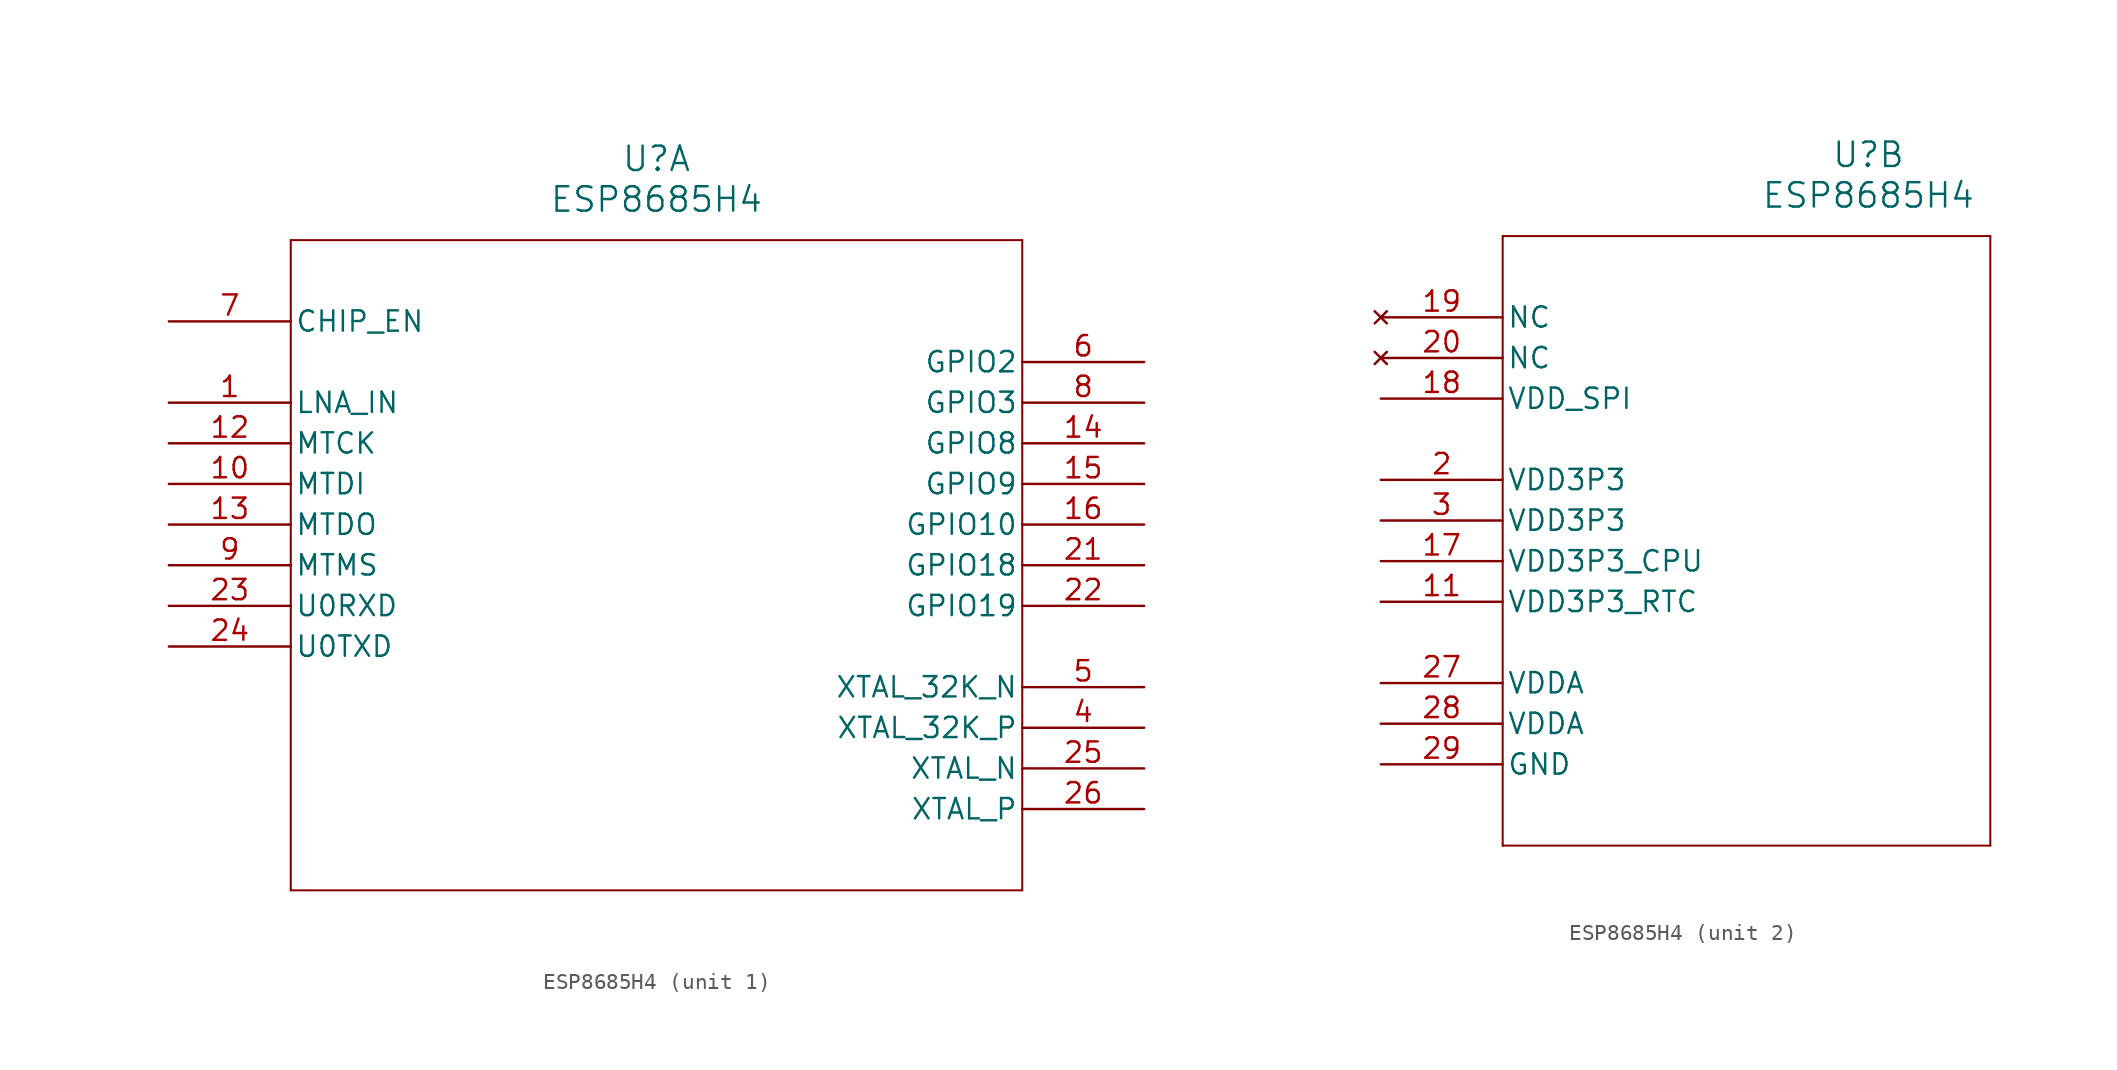
<source format=kicad_sym>
(kicad_symbol_lib
  (version 20211014)
  (generator kicad_symbol_editor)
  (symbol "ESP8685H4"
    (pin_names
      (offset 0.254))
    (property "Reference" "U"
      (at 30.48 10.16 0)
      (effects (font (size 1.524 1.524))))
    (property "Value" "ESP8685H4"
      (at 30.48 7.62 0)
      (effects (font (size 1.524 1.524))))
    (symbol "ESP8685H4_1_1"
      (polyline (pts (xy 7.62 5.08) (xy 7.62 -35.56)) (stroke (width 0.127) (type default) (color 0 0 0 0)) (fill (type none)))
      (polyline (pts (xy 7.62 -35.56) (xy 53.34 -35.56)) (stroke (width 0.127) (type default) (color 0 0 0 0)) (fill (type none)))
      (polyline (pts (xy 53.34 -35.56) (xy 53.34 5.08)) (stroke (width 0.127) (type default) (color 0 0 0 0)) (fill (type none)))
      (polyline (pts (xy 53.34 5.08) (xy 7.62 5.08)) (stroke (width 0.127) (type default) (color 0 0 0 0)) (fill (type none)))
      (pin bidirectional line (at 0 -5.08 0) (length 7.62) (name "LNA_IN" (effects (font (size 1.27 1.27)))) (number "1" (effects (font (size 1.27 1.27)))))
      (pin bidirectional line (at 60.96 -25.4 180) (length 7.62) (name "XTAL_32K_P" (effects (font (size 1.27 1.27)))) (number "4" (effects (font (size 1.27 1.27)))))
      (pin bidirectional line (at 60.96 -22.86 180) (length 7.62) (name "XTAL_32K_N" (effects (font (size 1.27 1.27)))) (number "5" (effects (font (size 1.27 1.27)))))
      (pin bidirectional line (at 60.96 -2.54 180) (length 7.62) (name "GPIO2" (effects (font (size 1.27 1.27)))) (number "6" (effects (font (size 1.27 1.27)))))
      (pin input line (at 0 0 0) (length 7.62) (name "CHIP_EN" (effects (font (size 1.27 1.27)))) (number "7" (effects (font (size 1.27 1.27)))))
      (pin bidirectional line (at 60.96 -5.08 180) (length 7.62) (name "GPIO3" (effects (font (size 1.27 1.27)))) (number "8" (effects (font (size 1.27 1.27)))))
      (pin bidirectional line (at 0 -15.24 0) (length 7.62) (name "MTMS" (effects (font (size 1.27 1.27)))) (number "9" (effects (font (size 1.27 1.27)))))
      (pin bidirectional line (at 0 -10.16 0) (length 7.62) (name "MTDI" (effects (font (size 1.27 1.27)))) (number "10" (effects (font (size 1.27 1.27)))))
      (pin bidirectional line (at 0 -7.62 0) (length 7.62) (name "MTCK" (effects (font (size 1.27 1.27)))) (number "12" (effects (font (size 1.27 1.27)))))
      (pin bidirectional line (at 0 -12.7 0) (length 7.62) (name "MTDO" (effects (font (size 1.27 1.27)))) (number "13" (effects (font (size 1.27 1.27)))))
      (pin bidirectional line (at 60.96 -7.62 180) (length 7.62) (name "GPIO8" (effects (font (size 1.27 1.27)))) (number "14" (effects (font (size 1.27 1.27)))))
      (pin bidirectional line (at 60.96 -10.16 180) (length 7.62) (name "GPIO9" (effects (font (size 1.27 1.27)))) (number "15" (effects (font (size 1.27 1.27)))))
      (pin bidirectional line (at 60.96 -12.7 180) (length 7.62) (name "GPIO10" (effects (font (size 1.27 1.27)))) (number "16" (effects (font (size 1.27 1.27)))))
      (pin bidirectional line (at 60.96 -15.24 180) (length 7.62) (name "GPIO18" (effects (font (size 1.27 1.27)))) (number "21" (effects (font (size 1.27 1.27)))))
      (pin bidirectional line (at 60.96 -17.78 180) (length 7.62) (name "GPIO19" (effects (font (size 1.27 1.27)))) (number "22" (effects (font (size 1.27 1.27)))))
      (pin bidirectional line (at 0 -17.78 0) (length 7.62) (name "U0RXD" (effects (font (size 1.27 1.27)))) (number "23" (effects (font (size 1.27 1.27)))))
      (pin bidirectional line (at 0 -20.32 0) (length 7.62) (name "U0TXD" (effects (font (size 1.27 1.27)))) (number "24" (effects (font (size 1.27 1.27)))))
      (pin unspecified line (at 60.96 -27.94 180) (length 7.62) (name "XTAL_N" (effects (font (size 1.27 1.27)))) (number "25" (effects (font (size 1.27 1.27)))))
      (pin unspecified line (at 60.96 -30.48 180) (length 7.62) (name "XTAL_P" (effects (font (size 1.27 1.27)))) (number "26" (effects (font (size 1.27 1.27))))))
    (symbol "ESP8685H4_2_1"
      (polyline (pts (xy 7.62 5.08) (xy 7.62 -33.02)) (stroke (width 0.127) (type default) (color 0 0 0 0)) (fill (type none)))
      (polyline (pts (xy 7.62 -33.02) (xy 38.1 -33.02)) (stroke (width 0.127) (type default) (color 0 0 0 0)) (fill (type none)))
      (polyline (pts (xy 38.1 -33.02) (xy 38.1 5.08)) (stroke (width 0.127) (type default) (color 0 0 0 0)) (fill (type none)))
      (polyline (pts (xy 38.1 5.08) (xy 7.62 5.08)) (stroke (width 0.127) (type default) (color 0 0 0 0)) (fill (type none)))
      (pin power_in line (at 0 -10.16 0) (length 7.62) (name "VDD3P3" (effects (font (size 1.27 1.27)))) (number "2" (effects (font (size 1.27 1.27)))))
      (pin power_in line (at 0 -12.7 0) (length 7.62) (name "VDD3P3" (effects (font (size 1.27 1.27)))) (number "3" (effects (font (size 1.27 1.27)))))
      (pin power_in line (at 0 -17.78 0) (length 7.62) (name "VDD3P3_RTC" (effects (font (size 1.27 1.27)))) (number "11" (effects (font (size 1.27 1.27)))))
      (pin power_in line (at 0 -15.24 0) (length 7.62) (name "VDD3P3_CPU" (effects (font (size 1.27 1.27)))) (number "17" (effects (font (size 1.27 1.27)))))
      (pin power_in line (at 0 -5.08 0) (length 7.62) (name "VDD_SPI" (effects (font (size 1.27 1.27)))) (number "18" (effects (font (size 1.27 1.27)))))
      (pin no_connect line (at 0 0 0) (length 7.62) (name "NC" (effects (font (size 1.27 1.27)))) (number "19" (effects (font (size 1.27 1.27)))))
      (pin no_connect line (at 0 -2.54 0) (length 7.62) (name "NC" (effects (font (size 1.27 1.27)))) (number "20" (effects (font (size 1.27 1.27)))))
      (pin power_in line (at 0 -22.86 0) (length 7.62) (name "VDDA" (effects (font (size 1.27 1.27)))) (number "27" (effects (font (size 1.27 1.27)))))
      (pin power_in line (at 0 -25.4 0) (length 7.62) (name "VDDA" (effects (font (size 1.27 1.27)))) (number "28" (effects (font (size 1.27 1.27)))))
      (pin power_out line (at 0 -27.94 0) (length 7.62) (name "GND" (effects (font (size 1.27 1.27)))) (number "29" (effects (font (size 1.27 1.27))))))))
</source>
